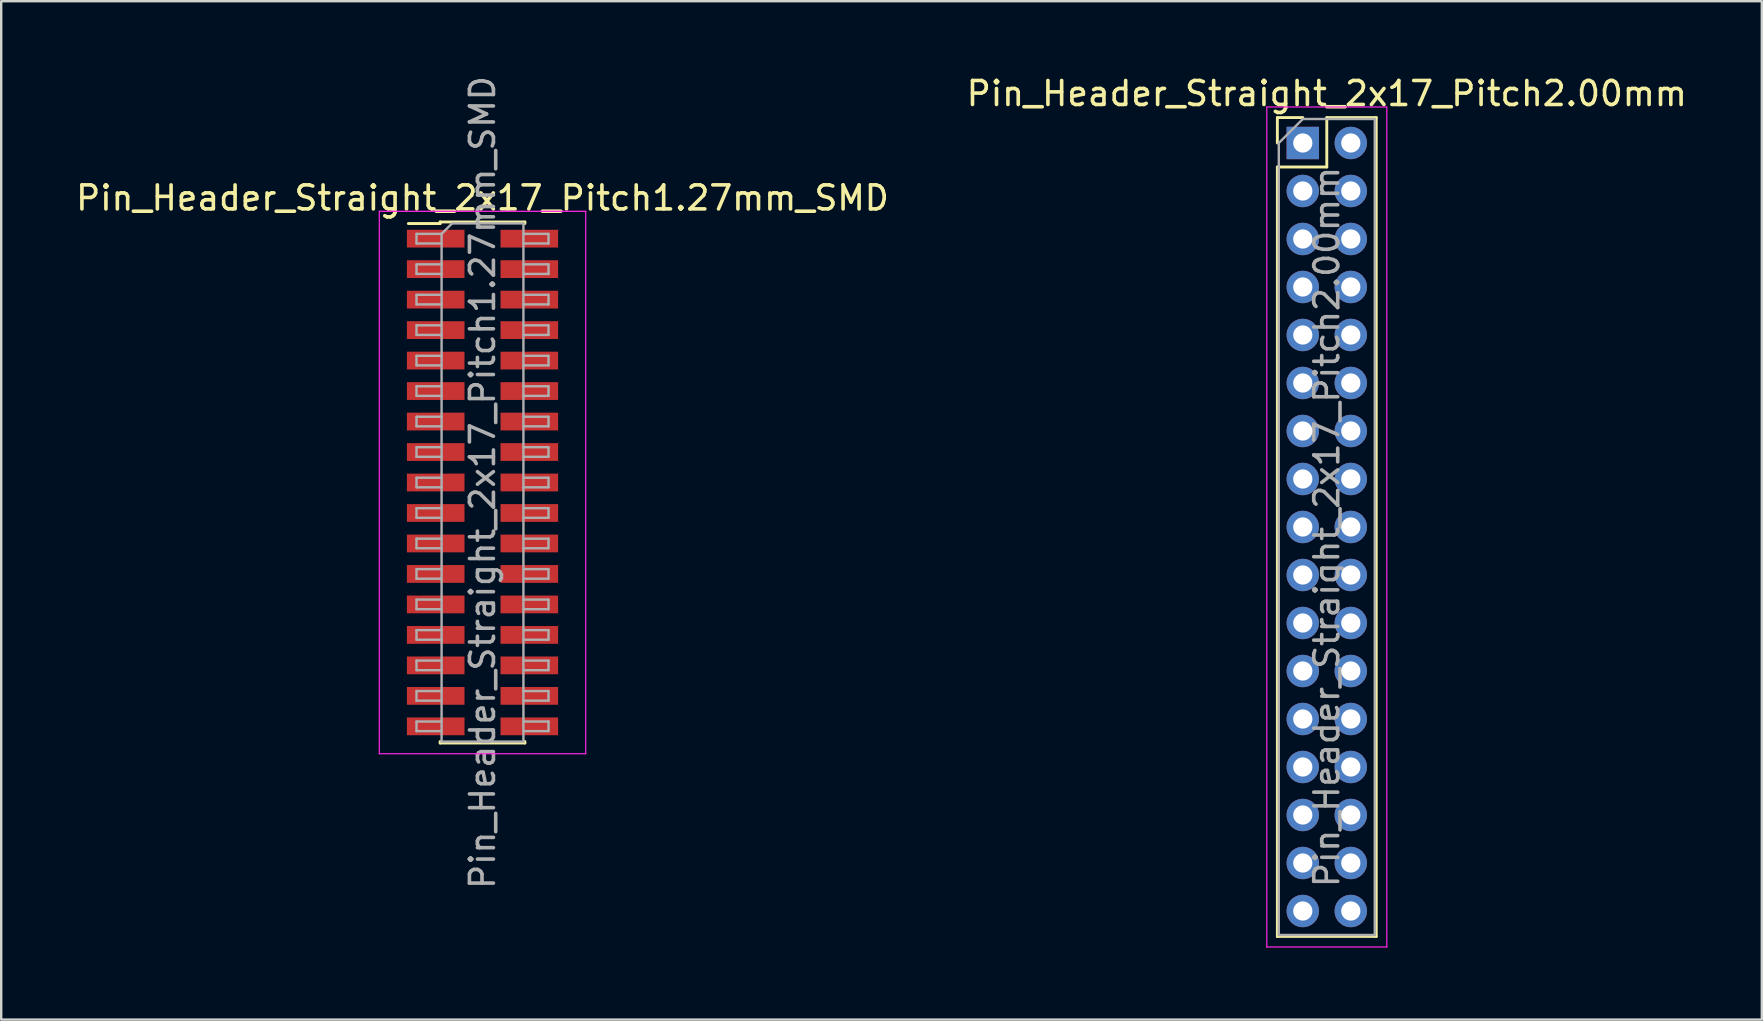
<source format=kicad_pcb>
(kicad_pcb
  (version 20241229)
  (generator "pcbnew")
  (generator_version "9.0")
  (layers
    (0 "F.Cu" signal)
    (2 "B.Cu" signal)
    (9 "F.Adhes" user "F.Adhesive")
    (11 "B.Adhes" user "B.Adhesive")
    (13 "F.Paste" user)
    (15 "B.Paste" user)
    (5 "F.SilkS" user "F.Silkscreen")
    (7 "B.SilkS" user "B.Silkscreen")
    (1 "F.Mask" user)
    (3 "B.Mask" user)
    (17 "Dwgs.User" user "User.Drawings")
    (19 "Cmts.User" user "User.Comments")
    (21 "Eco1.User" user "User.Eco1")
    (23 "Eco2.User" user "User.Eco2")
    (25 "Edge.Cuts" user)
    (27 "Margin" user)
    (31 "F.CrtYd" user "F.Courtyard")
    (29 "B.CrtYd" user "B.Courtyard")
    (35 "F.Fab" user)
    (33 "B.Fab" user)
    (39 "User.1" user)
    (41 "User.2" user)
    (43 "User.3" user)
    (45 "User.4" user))
  (footprint "Pin_Header_Straight_2x17_Pitch1.27mm_SMD"
    (layer "F.Cu")
    (at 17.054 17.054)
    (property "Reference" "Pin_Header_Straight_2x17_Pitch1.27mm_SMD" (at 0 -11.855 0) (layer "F.SilkS") (effects (font (size 1 1) (thickness 0.15))))
    (attr smd)
    (fp_line (start -3.09 -10.79) (end -1.765 -10.79) (stroke (width 0.12) (type solid)) (layer "F.SilkS"))
    (fp_line (start -1.765 -10.855) (end -1.765 -10.79) (stroke (width 0.12) (type solid)) (layer "F.SilkS"))
    (fp_line (start -1.765 -10.855) (end 1.765 -10.855) (stroke (width 0.12) (type solid)) (layer "F.SilkS"))
    (fp_line (start -1.765 10.79) (end -1.765 10.855) (stroke (width 0.12) (type solid)) (layer "F.SilkS"))
    (fp_line (start -1.765 10.855) (end 1.765 10.855) (stroke (width 0.12) (type solid)) (layer "F.SilkS"))
    (fp_line (start 1.765 -10.855) (end 1.765 -10.79) (stroke (width 0.12) (type solid)) (layer "F.SilkS"))
    (fp_line (start 1.765 10.79) (end 1.765 10.855) (stroke (width 0.12) (type solid)) (layer "F.SilkS"))
    (fp_line (start -4.3 -11.3) (end -4.3 11.3) (stroke (width 0.05) (type solid)) (layer "F.CrtYd"))
    (fp_line (start -4.3 11.3) (end 4.3 11.3) (stroke (width 0.05) (type solid)) (layer "F.CrtYd"))
    (fp_line (start 4.3 -11.3) (end -4.3 -11.3) (stroke (width 0.05) (type solid)) (layer "F.CrtYd"))
    (fp_line (start 4.3 11.3) (end 4.3 -11.3) (stroke (width 0.05) (type solid)) (layer "F.CrtYd"))
    (fp_line (start -2.75 -10.36) (end -2.75 -9.96) (stroke (width 0.1) (type solid)) (layer "F.Fab"))
    (fp_line (start -2.75 -9.96) (end -1.705 -9.96) (stroke (width 0.1) (type solid)) (layer "F.Fab"))
    (fp_line (start -2.75 -9.09) (end -2.75 -8.69) (stroke (width 0.1) (type solid)) (layer "F.Fab"))
    (fp_line (start -2.75 -8.69) (end -1.705 -8.69) (stroke (width 0.1) (type solid)) (layer "F.Fab"))
    (fp_line (start -2.75 -7.82) (end -2.75 -7.42) (stroke (width 0.1) (type solid)) (layer "F.Fab"))
    (fp_line (start -2.75 -7.42) (end -1.705 -7.42) (stroke (width 0.1) (type solid)) (layer "F.Fab"))
    (fp_line (start -2.75 -6.55) (end -2.75 -6.15) (stroke (width 0.1) (type solid)) (layer "F.Fab"))
    (fp_line (start -2.75 -6.15) (end -1.705 -6.15) (stroke (width 0.1) (type solid)) (layer "F.Fab"))
    (fp_line (start -2.75 -5.28) (end -2.75 -4.88) (stroke (width 0.1) (type solid)) (layer "F.Fab"))
    (fp_line (start -2.75 -4.88) (end -1.705 -4.88) (stroke (width 0.1) (type solid)) (layer "F.Fab"))
    (fp_line (start -2.75 -4.01) (end -2.75 -3.61) (stroke (width 0.1) (type solid)) (layer "F.Fab"))
    (fp_line (start -2.75 -3.61) (end -1.705 -3.61) (stroke (width 0.1) (type solid)) (layer "F.Fab"))
    (fp_line (start -2.75 -2.74) (end -2.75 -2.34) (stroke (width 0.1) (type solid)) (layer "F.Fab"))
    (fp_line (start -2.75 -2.34) (end -1.705 -2.34) (stroke (width 0.1) (type solid)) (layer "F.Fab"))
    (fp_line (start -2.75 -1.47) (end -2.75 -1.07) (stroke (width 0.1) (type solid)) (layer "F.Fab"))
    (fp_line (start -2.75 -1.07) (end -1.705 -1.07) (stroke (width 0.1) (type solid)) (layer "F.Fab"))
    (fp_line (start -2.75 -0.2) (end -2.75 0.2) (stroke (width 0.1) (type solid)) (layer "F.Fab"))
    (fp_line (start -2.75 0.2) (end -1.705 0.2) (stroke (width 0.1) (type solid)) (layer "F.Fab"))
    (fp_line (start -2.75 1.07) (end -2.75 1.47) (stroke (width 0.1) (type solid)) (layer "F.Fab"))
    (fp_line (start -2.75 1.47) (end -1.705 1.47) (stroke (width 0.1) (type solid)) (layer "F.Fab"))
    (fp_line (start -2.75 2.34) (end -2.75 2.74) (stroke (width 0.1) (type solid)) (layer "F.Fab"))
    (fp_line (start -2.75 2.74) (end -1.705 2.74) (stroke (width 0.1) (type solid)) (layer "F.Fab"))
    (fp_line (start -2.75 3.61) (end -2.75 4.01) (stroke (width 0.1) (type solid)) (layer "F.Fab"))
    (fp_line (start -2.75 4.01) (end -1.705 4.01) (stroke (width 0.1) (type solid)) (layer "F.Fab"))
    (fp_line (start -2.75 4.88) (end -2.75 5.28) (stroke (width 0.1) (type solid)) (layer "F.Fab"))
    (fp_line (start -2.75 5.28) (end -1.705 5.28) (stroke (width 0.1) (type solid)) (layer "F.Fab"))
    (fp_line (start -2.75 6.15) (end -2.75 6.55) (stroke (width 0.1) (type solid)) (layer "F.Fab"))
    (fp_line (start -2.75 6.55) (end -1.705 6.55) (stroke (width 0.1) (type solid)) (layer "F.Fab"))
    (fp_line (start -2.75 7.42) (end -2.75 7.82) (stroke (width 0.1) (type solid)) (layer "F.Fab"))
    (fp_line (start -2.75 7.82) (end -1.705 7.82) (stroke (width 0.1) (type solid)) (layer "F.Fab"))
    (fp_line (start -2.75 8.69) (end -2.75 9.09) (stroke (width 0.1) (type solid)) (layer "F.Fab"))
    (fp_line (start -2.75 9.09) (end -1.705 9.09) (stroke (width 0.1) (type solid)) (layer "F.Fab"))
    (fp_line (start -2.75 9.96) (end -2.75 10.36) (stroke (width 0.1) (type solid)) (layer "F.Fab"))
    (fp_line (start -2.75 10.36) (end -1.705 10.36) (stroke (width 0.1) (type solid)) (layer "F.Fab"))
    (fp_line (start -1.705 -10.36) (end -2.75 -10.36) (stroke (width 0.1) (type solid)) (layer "F.Fab"))
    (fp_line (start -1.705 -10.36) (end -1.27 -10.795) (stroke (width 0.1) (type solid)) (layer "F.Fab"))
    (fp_line (start -1.705 -9.09) (end -2.75 -9.09) (stroke (width 0.1) (type solid)) (layer "F.Fab"))
    (fp_line (start -1.705 -7.82) (end -2.75 -7.82) (stroke (width 0.1) (type solid)) (layer "F.Fab"))
    (fp_line (start -1.705 -6.55) (end -2.75 -6.55) (stroke (width 0.1) (type solid)) (layer "F.Fab"))
    (fp_line (start -1.705 -5.28) (end -2.75 -5.28) (stroke (width 0.1) (type solid)) (layer "F.Fab"))
    (fp_line (start -1.705 -4.01) (end -2.75 -4.01) (stroke (width 0.1) (type solid)) (layer "F.Fab"))
    (fp_line (start -1.705 -2.74) (end -2.75 -2.74) (stroke (width 0.1) (type solid)) (layer "F.Fab"))
    (fp_line (start -1.705 -1.47) (end -2.75 -1.47) (stroke (width 0.1) (type solid)) (layer "F.Fab"))
    (fp_line (start -1.705 -0.2) (end -2.75 -0.2) (stroke (width 0.1) (type solid)) (layer "F.Fab"))
    (fp_line (start -1.705 1.07) (end -2.75 1.07) (stroke (width 0.1) (type solid)) (layer "F.Fab"))
    (fp_line (start -1.705 2.34) (end -2.75 2.34) (stroke (width 0.1) (type solid)) (layer "F.Fab"))
    (fp_line (start -1.705 3.61) (end -2.75 3.61) (stroke (width 0.1) (type solid)) (layer "F.Fab"))
    (fp_line (start -1.705 4.88) (end -2.75 4.88) (stroke (width 0.1) (type solid)) (layer "F.Fab"))
    (fp_line (start -1.705 6.15) (end -2.75 6.15) (stroke (width 0.1) (type solid)) (layer "F.Fab"))
    (fp_line (start -1.705 7.42) (end -2.75 7.42) (stroke (width 0.1) (type solid)) (layer "F.Fab"))
    (fp_line (start -1.705 8.69) (end -2.75 8.69) (stroke (width 0.1) (type solid)) (layer "F.Fab"))
    (fp_line (start -1.705 9.96) (end -2.75 9.96) (stroke (width 0.1) (type solid)) (layer "F.Fab"))
    (fp_line (start -1.705 10.795) (end -1.705 -10.36) (stroke (width 0.1) (type solid)) (layer "F.Fab"))
    (fp_line (start -1.27 -10.795) (end 1.705 -10.795) (stroke (width 0.1) (type solid)) (layer "F.Fab"))
    (fp_line (start 1.705 -10.795) (end 1.705 10.795) (stroke (width 0.1) (type solid)) (layer "F.Fab"))
    (fp_line (start 1.705 -10.36) (end 2.75 -10.36) (stroke (width 0.1) (type solid)) (layer "F.Fab"))
    (fp_line (start 1.705 -9.09) (end 2.75 -9.09) (stroke (width 0.1) (type solid)) (layer "F.Fab"))
    (fp_line (start 1.705 -7.82) (end 2.75 -7.82) (stroke (width 0.1) (type solid)) (layer "F.Fab"))
    (fp_line (start 1.705 -6.55) (end 2.75 -6.55) (stroke (width 0.1) (type solid)) (layer "F.Fab"))
    (fp_line (start 1.705 -5.28) (end 2.75 -5.28) (stroke (width 0.1) (type solid)) (layer "F.Fab"))
    (fp_line (start 1.705 -4.01) (end 2.75 -4.01) (stroke (width 0.1) (type solid)) (layer "F.Fab"))
    (fp_line (start 1.705 -2.74) (end 2.75 -2.74) (stroke (width 0.1) (type solid)) (layer "F.Fab"))
    (fp_line (start 1.705 -1.47) (end 2.75 -1.47) (stroke (width 0.1) (type solid)) (layer "F.Fab"))
    (fp_line (start 1.705 -0.2) (end 2.75 -0.2) (stroke (width 0.1) (type solid)) (layer "F.Fab"))
    (fp_line (start 1.705 1.07) (end 2.75 1.07) (stroke (width 0.1) (type solid)) (layer "F.Fab"))
    (fp_line (start 1.705 2.34) (end 2.75 2.34) (stroke (width 0.1) (type solid)) (layer "F.Fab"))
    (fp_line (start 1.705 3.61) (end 2.75 3.61) (stroke (width 0.1) (type solid)) (layer "F.Fab"))
    (fp_line (start 1.705 4.88) (end 2.75 4.88) (stroke (width 0.1) (type solid)) (layer "F.Fab"))
    (fp_line (start 1.705 6.15) (end 2.75 6.15) (stroke (width 0.1) (type solid)) (layer "F.Fab"))
    (fp_line (start 1.705 7.42) (end 2.75 7.42) (stroke (width 0.1) (type solid)) (layer "F.Fab"))
    (fp_line (start 1.705 8.69) (end 2.75 8.69) (stroke (width 0.1) (type solid)) (layer "F.Fab"))
    (fp_line (start 1.705 9.96) (end 2.75 9.96) (stroke (width 0.1) (type solid)) (layer "F.Fab"))
    (fp_line (start 1.705 10.795) (end -1.705 10.795) (stroke (width 0.1) (type solid)) (layer "F.Fab"))
    (fp_line (start 2.75 -10.36) (end 2.75 -9.96) (stroke (width 0.1) (type solid)) (layer "F.Fab"))
    (fp_line (start 2.75 -9.96) (end 1.705 -9.96) (stroke (width 0.1) (type solid)) (layer "F.Fab"))
    (fp_line (start 2.75 -9.09) (end 2.75 -8.69) (stroke (width 0.1) (type solid)) (layer "F.Fab"))
    (fp_line (start 2.75 -8.69) (end 1.705 -8.69) (stroke (width 0.1) (type solid)) (layer "F.Fab"))
    (fp_line (start 2.75 -7.82) (end 2.75 -7.42) (stroke (width 0.1) (type solid)) (layer "F.Fab"))
    (fp_line (start 2.75 -7.42) (end 1.705 -7.42) (stroke (width 0.1) (type solid)) (layer "F.Fab"))
    (fp_line (start 2.75 -6.55) (end 2.75 -6.15) (stroke (width 0.1) (type solid)) (layer "F.Fab"))
    (fp_line (start 2.75 -6.15) (end 1.705 -6.15) (stroke (width 0.1) (type solid)) (layer "F.Fab"))
    (fp_line (start 2.75 -5.28) (end 2.75 -4.88) (stroke (width 0.1) (type solid)) (layer "F.Fab"))
    (fp_line (start 2.75 -4.88) (end 1.705 -4.88) (stroke (width 0.1) (type solid)) (layer "F.Fab"))
    (fp_line (start 2.75 -4.01) (end 2.75 -3.61) (stroke (width 0.1) (type solid)) (layer "F.Fab"))
    (fp_line (start 2.75 -3.61) (end 1.705 -3.61) (stroke (width 0.1) (type solid)) (layer "F.Fab"))
    (fp_line (start 2.75 -2.74) (end 2.75 -2.34) (stroke (width 0.1) (type solid)) (layer "F.Fab"))
    (fp_line (start 2.75 -2.34) (end 1.705 -2.34) (stroke (width 0.1) (type solid)) (layer "F.Fab"))
    (fp_line (start 2.75 -1.47) (end 2.75 -1.07) (stroke (width 0.1) (type solid)) (layer "F.Fab"))
    (fp_line (start 2.75 -1.07) (end 1.705 -1.07) (stroke (width 0.1) (type solid)) (layer "F.Fab"))
    (fp_line (start 2.75 -0.2) (end 2.75 0.2) (stroke (width 0.1) (type solid)) (layer "F.Fab"))
    (fp_line (start 2.75 0.2) (end 1.705 0.2) (stroke (width 0.1) (type solid)) (layer "F.Fab"))
    (fp_line (start 2.75 1.07) (end 2.75 1.47) (stroke (width 0.1) (type solid)) (layer "F.Fab"))
    (fp_line (start 2.75 1.47) (end 1.705 1.47) (stroke (width 0.1) (type solid)) (layer "F.Fab"))
    (fp_line (start 2.75 2.34) (end 2.75 2.74) (stroke (width 0.1) (type solid)) (layer "F.Fab"))
    (fp_line (start 2.75 2.74) (end 1.705 2.74) (stroke (width 0.1) (type solid)) (layer "F.Fab"))
    (fp_line (start 2.75 3.61) (end 2.75 4.01) (stroke (width 0.1) (type solid)) (layer "F.Fab"))
    (fp_line (start 2.75 4.01) (end 1.705 4.01) (stroke (width 0.1) (type solid)) (layer "F.Fab"))
    (fp_line (start 2.75 4.88) (end 2.75 5.28) (stroke (width 0.1) (type solid)) (layer "F.Fab"))
    (fp_line (start 2.75 5.28) (end 1.705 5.28) (stroke (width 0.1) (type solid)) (layer "F.Fab"))
    (fp_line (start 2.75 6.15) (end 2.75 6.55) (stroke (width 0.1) (type solid)) (layer "F.Fab"))
    (fp_line (start 2.75 6.55) (end 1.705 6.55) (stroke (width 0.1) (type solid)) (layer "F.Fab"))
    (fp_line (start 2.75 7.42) (end 2.75 7.82) (stroke (width 0.1) (type solid)) (layer "F.Fab"))
    (fp_line (start 2.75 7.82) (end 1.705 7.82) (stroke (width 0.1) (type solid)) (layer "F.Fab"))
    (fp_line (start 2.75 8.69) (end 2.75 9.09) (stroke (width 0.1) (type solid)) (layer "F.Fab"))
    (fp_line (start 2.75 9.09) (end 1.705 9.09) (stroke (width 0.1) (type solid)) (layer "F.Fab"))
    (fp_line (start 2.75 9.96) (end 2.75 10.36) (stroke (width 0.1) (type solid)) (layer "F.Fab"))
    (fp_line (start 2.75 10.36) (end 1.705 10.36) (stroke (width 0.1) (type solid)) (layer "F.Fab"))
    (fp_text user "${REFERENCE}" (at 0 0 90) (layer "F.Fab") (effects (font (size 1 1) (thickness 0.15))))
    (pad "1" smd rect (at -1.95 -10.16) (size 2.4 0.74) (layers "F.Cu" "F.Mask" "F.Paste"))
    (pad "2" smd rect (at 1.95 -10.16) (size 2.4 0.74) (layers "F.Cu" "F.Mask" "F.Paste"))
    (pad "3" smd rect (at -1.95 -8.89) (size 2.4 0.74) (layers "F.Cu" "F.Mask" "F.Paste"))
    (pad "4" smd rect (at 1.95 -8.89) (size 2.4 0.74) (layers "F.Cu" "F.Mask" "F.Paste"))
    (pad "5" smd rect (at -1.95 -7.62) (size 2.4 0.74) (layers "F.Cu" "F.Mask" "F.Paste"))
    (pad "6" smd rect (at 1.95 -7.62) (size 2.4 0.74) (layers "F.Cu" "F.Mask" "F.Paste"))
    (pad "7" smd rect (at -1.95 -6.35) (size 2.4 0.74) (layers "F.Cu" "F.Mask" "F.Paste"))
    (pad "8" smd rect (at 1.95 -6.35) (size 2.4 0.74) (layers "F.Cu" "F.Mask" "F.Paste"))
    (pad "9" smd rect (at -1.95 -5.08) (size 2.4 0.74) (layers "F.Cu" "F.Mask" "F.Paste"))
    (pad "10" smd rect (at 1.95 -5.08) (size 2.4 0.74) (layers "F.Cu" "F.Mask" "F.Paste"))
    (pad "11" smd rect (at -1.95 -3.81) (size 2.4 0.74) (layers "F.Cu" "F.Mask" "F.Paste"))
    (pad "12" smd rect (at 1.95 -3.81) (size 2.4 0.74) (layers "F.Cu" "F.Mask" "F.Paste"))
    (pad "13" smd rect (at -1.95 -2.54) (size 2.4 0.74) (layers "F.Cu" "F.Mask" "F.Paste"))
    (pad "14" smd rect (at 1.95 -2.54) (size 2.4 0.74) (layers "F.Cu" "F.Mask" "F.Paste"))
    (pad "15" smd rect (at -1.95 -1.27) (size 2.4 0.74) (layers "F.Cu" "F.Mask" "F.Paste"))
    (pad "16" smd rect (at 1.95 -1.27) (size 2.4 0.74) (layers "F.Cu" "F.Mask" "F.Paste"))
    (pad "17" smd rect (at -1.95 0) (size 2.4 0.74) (layers "F.Cu" "F.Mask" "F.Paste"))
    (pad "18" smd rect (at 1.95 0) (size 2.4 0.74) (layers "F.Cu" "F.Mask" "F.Paste"))
    (pad "19" smd rect (at -1.95 1.27) (size 2.4 0.74) (layers "F.Cu" "F.Mask" "F.Paste"))
    (pad "20" smd rect (at 1.95 1.27) (size 2.4 0.74) (layers "F.Cu" "F.Mask" "F.Paste"))
    (pad "21" smd rect (at -1.95 2.54) (size 2.4 0.74) (layers "F.Cu" "F.Mask" "F.Paste"))
    (pad "22" smd rect (at 1.95 2.54) (size 2.4 0.74) (layers "F.Cu" "F.Mask" "F.Paste"))
    (pad "23" smd rect (at -1.95 3.81) (size 2.4 0.74) (layers "F.Cu" "F.Mask" "F.Paste"))
    (pad "24" smd rect (at 1.95 3.81) (size 2.4 0.74) (layers "F.Cu" "F.Mask" "F.Paste"))
    (pad "25" smd rect (at -1.95 5.08) (size 2.4 0.74) (layers "F.Cu" "F.Mask" "F.Paste"))
    (pad "26" smd rect (at 1.95 5.08) (size 2.4 0.74) (layers "F.Cu" "F.Mask" "F.Paste"))
    (pad "27" smd rect (at -1.95 6.35) (size 2.4 0.74) (layers "F.Cu" "F.Mask" "F.Paste"))
    (pad "28" smd rect (at 1.95 6.35) (size 2.4 0.74) (layers "F.Cu" "F.Mask" "F.Paste"))
    (pad "29" smd rect (at -1.95 7.62) (size 2.4 0.74) (layers "F.Cu" "F.Mask" "F.Paste"))
    (pad "30" smd rect (at 1.95 7.62) (size 2.4 0.74) (layers "F.Cu" "F.Mask" "F.Paste"))
    (pad "31" smd rect (at -1.95 8.89) (size 2.4 0.74) (layers "F.Cu" "F.Mask" "F.Paste"))
    (pad "32" smd rect (at 1.95 8.89) (size 2.4 0.74) (layers "F.Cu" "F.Mask" "F.Paste"))
    (pad "33" smd rect (at -1.95 10.16) (size 2.4 0.74) (layers "F.Cu" "F.Mask" "F.Paste"))
    (pad "34" smd rect (at 1.95 10.16) (size 2.4 0.74) (layers "F.Cu" "F.Mask" "F.Paste")))
  (footprint "Pin_Header_Straight_2x17_Pitch2.00mm"
    (layer "F.Cu")
    (at 51.232 2.908)
    (property "Reference" "Pin_Header_Straight_2x17_Pitch2.00mm" (at 1 -2.06 0) (layer "F.SilkS") (effects (font (size 1 1) (thickness 0.15))))
    (attr through_hole)
    (fp_line (start -1.06 -1.06) (end 0 -1.06) (stroke (width 0.12) (type solid)) (layer "F.SilkS"))
    (fp_line (start -1.06 0) (end -1.06 -1.06) (stroke (width 0.12) (type solid)) (layer "F.SilkS"))
    (fp_line (start -1.06 1) (end -1.06 33.06) (stroke (width 0.12) (type solid)) (layer "F.SilkS"))
    (fp_line (start -1.06 1) (end 1 1) (stroke (width 0.12) (type solid)) (layer "F.SilkS"))
    (fp_line (start -1.06 33.06) (end 3.06 33.06) (stroke (width 0.12) (type solid)) (layer "F.SilkS"))
    (fp_line (start 1 -1.06) (end 3.06 -1.06) (stroke (width 0.12) (type solid)) (layer "F.SilkS"))
    (fp_line (start 1 1) (end 1 -1.06) (stroke (width 0.12) (type solid)) (layer "F.SilkS"))
    (fp_line (start 3.06 -1.06) (end 3.06 33.06) (stroke (width 0.12) (type solid)) (layer "F.SilkS"))
    (fp_line (start -1.5 -1.5) (end -1.5 33.5) (stroke (width 0.05) (type solid)) (layer "F.CrtYd"))
    (fp_line (start -1.5 33.5) (end 3.5 33.5) (stroke (width 0.05) (type solid)) (layer "F.CrtYd"))
    (fp_line (start 3.5 -1.5) (end -1.5 -1.5) (stroke (width 0.05) (type solid)) (layer "F.CrtYd"))
    (fp_line (start 3.5 33.5) (end 3.5 -1.5) (stroke (width 0.05) (type solid)) (layer "F.CrtYd"))
    (fp_line (start -1 0) (end 0 -1) (stroke (width 0.1) (type solid)) (layer "F.Fab"))
    (fp_line (start -1 33) (end -1 0) (stroke (width 0.1) (type solid)) (layer "F.Fab"))
    (fp_line (start 0 -1) (end 3 -1) (stroke (width 0.1) (type solid)) (layer "F.Fab"))
    (fp_line (start 3 -1) (end 3 33) (stroke (width 0.1) (type solid)) (layer "F.Fab"))
    (fp_line (start 3 33) (end -1 33) (stroke (width 0.1) (type solid)) (layer "F.Fab"))
    (fp_text user "${REFERENCE}" (at 1 16 90) (layer "F.Fab") (effects (font (size 1 1) (thickness 0.15))))
    (pad "1" thru_hole rect (at 0 0) (size 1.35 1.35) (drill 0.8) (layers "*.Cu" "*.Mask"))
    (pad "2" thru_hole oval (at 2 0) (size 1.35 1.35) (drill 0.8) (layers "*.Cu" "*.Mask"))
    (pad "3" thru_hole oval (at 0 2) (size 1.35 1.35) (drill 0.8) (layers "*.Cu" "*.Mask"))
    (pad "4" thru_hole oval (at 2 2) (size 1.35 1.35) (drill 0.8) (layers "*.Cu" "*.Mask"))
    (pad "5" thru_hole oval (at 0 4) (size 1.35 1.35) (drill 0.8) (layers "*.Cu" "*.Mask"))
    (pad "6" thru_hole oval (at 2 4) (size 1.35 1.35) (drill 0.8) (layers "*.Cu" "*.Mask"))
    (pad "7" thru_hole oval (at 0 6) (size 1.35 1.35) (drill 0.8) (layers "*.Cu" "*.Mask"))
    (pad "8" thru_hole oval (at 2 6) (size 1.35 1.35) (drill 0.8) (layers "*.Cu" "*.Mask"))
    (pad "9" thru_hole oval (at 0 8) (size 1.35 1.35) (drill 0.8) (layers "*.Cu" "*.Mask"))
    (pad "10" thru_hole oval (at 2 8) (size 1.35 1.35) (drill 0.8) (layers "*.Cu" "*.Mask"))
    (pad "11" thru_hole oval (at 0 10) (size 1.35 1.35) (drill 0.8) (layers "*.Cu" "*.Mask"))
    (pad "12" thru_hole oval (at 2 10) (size 1.35 1.35) (drill 0.8) (layers "*.Cu" "*.Mask"))
    (pad "13" thru_hole oval (at 0 12) (size 1.35 1.35) (drill 0.8) (layers "*.Cu" "*.Mask"))
    (pad "14" thru_hole oval (at 2 12) (size 1.35 1.35) (drill 0.8) (layers "*.Cu" "*.Mask"))
    (pad "15" thru_hole oval (at 0 14) (size 1.35 1.35) (drill 0.8) (layers "*.Cu" "*.Mask"))
    (pad "16" thru_hole oval (at 2 14) (size 1.35 1.35) (drill 0.8) (layers "*.Cu" "*.Mask"))
    (pad "17" thru_hole oval (at 0 16) (size 1.35 1.35) (drill 0.8) (layers "*.Cu" "*.Mask"))
    (pad "18" thru_hole oval (at 2 16) (size 1.35 1.35) (drill 0.8) (layers "*.Cu" "*.Mask"))
    (pad "19" thru_hole oval (at 0 18) (size 1.35 1.35) (drill 0.8) (layers "*.Cu" "*.Mask"))
    (pad "20" thru_hole oval (at 2 18) (size 1.35 1.35) (drill 0.8) (layers "*.Cu" "*.Mask"))
    (pad "21" thru_hole oval (at 0 20) (size 1.35 1.35) (drill 0.8) (layers "*.Cu" "*.Mask"))
    (pad "22" thru_hole oval (at 2 20) (size 1.35 1.35) (drill 0.8) (layers "*.Cu" "*.Mask"))
    (pad "23" thru_hole oval (at 0 22) (size 1.35 1.35) (drill 0.8) (layers "*.Cu" "*.Mask"))
    (pad "24" thru_hole oval (at 2 22) (size 1.35 1.35) (drill 0.8) (layers "*.Cu" "*.Mask"))
    (pad "25" thru_hole oval (at 0 24) (size 1.35 1.35) (drill 0.8) (layers "*.Cu" "*.Mask"))
    (pad "26" thru_hole oval (at 2 24) (size 1.35 1.35) (drill 0.8) (layers "*.Cu" "*.Mask"))
    (pad "27" thru_hole oval (at 0 26) (size 1.35 1.35) (drill 0.8) (layers "*.Cu" "*.Mask"))
    (pad "28" thru_hole oval (at 2 26) (size 1.35 1.35) (drill 0.8) (layers "*.Cu" "*.Mask"))
    (pad "29" thru_hole oval (at 0 28) (size 1.35 1.35) (drill 0.8) (layers "*.Cu" "*.Mask"))
    (pad "30" thru_hole oval (at 2 28) (size 1.35 1.35) (drill 0.8) (layers "*.Cu" "*.Mask"))
    (pad "31" thru_hole oval (at 0 30) (size 1.35 1.35) (drill 0.8) (layers "*.Cu" "*.Mask"))
    (pad "32" thru_hole oval (at 2 30) (size 1.35 1.35) (drill 0.8) (layers "*.Cu" "*.Mask"))
    (pad "33" thru_hole oval (at 0 32) (size 1.35 1.35) (drill 0.8) (layers "*.Cu" "*.Mask"))
    (pad "34" thru_hole oval (at 2 32) (size 1.35 1.35) (drill 0.8) (layers "*.Cu" "*.Mask")))
  (gr_rect
    (start -3 -3)
    (end 70.357 39.433)
    (stroke (width 0.1) (type default))
    (fill no)
    (layer "Edge.Cuts")))
</source>
